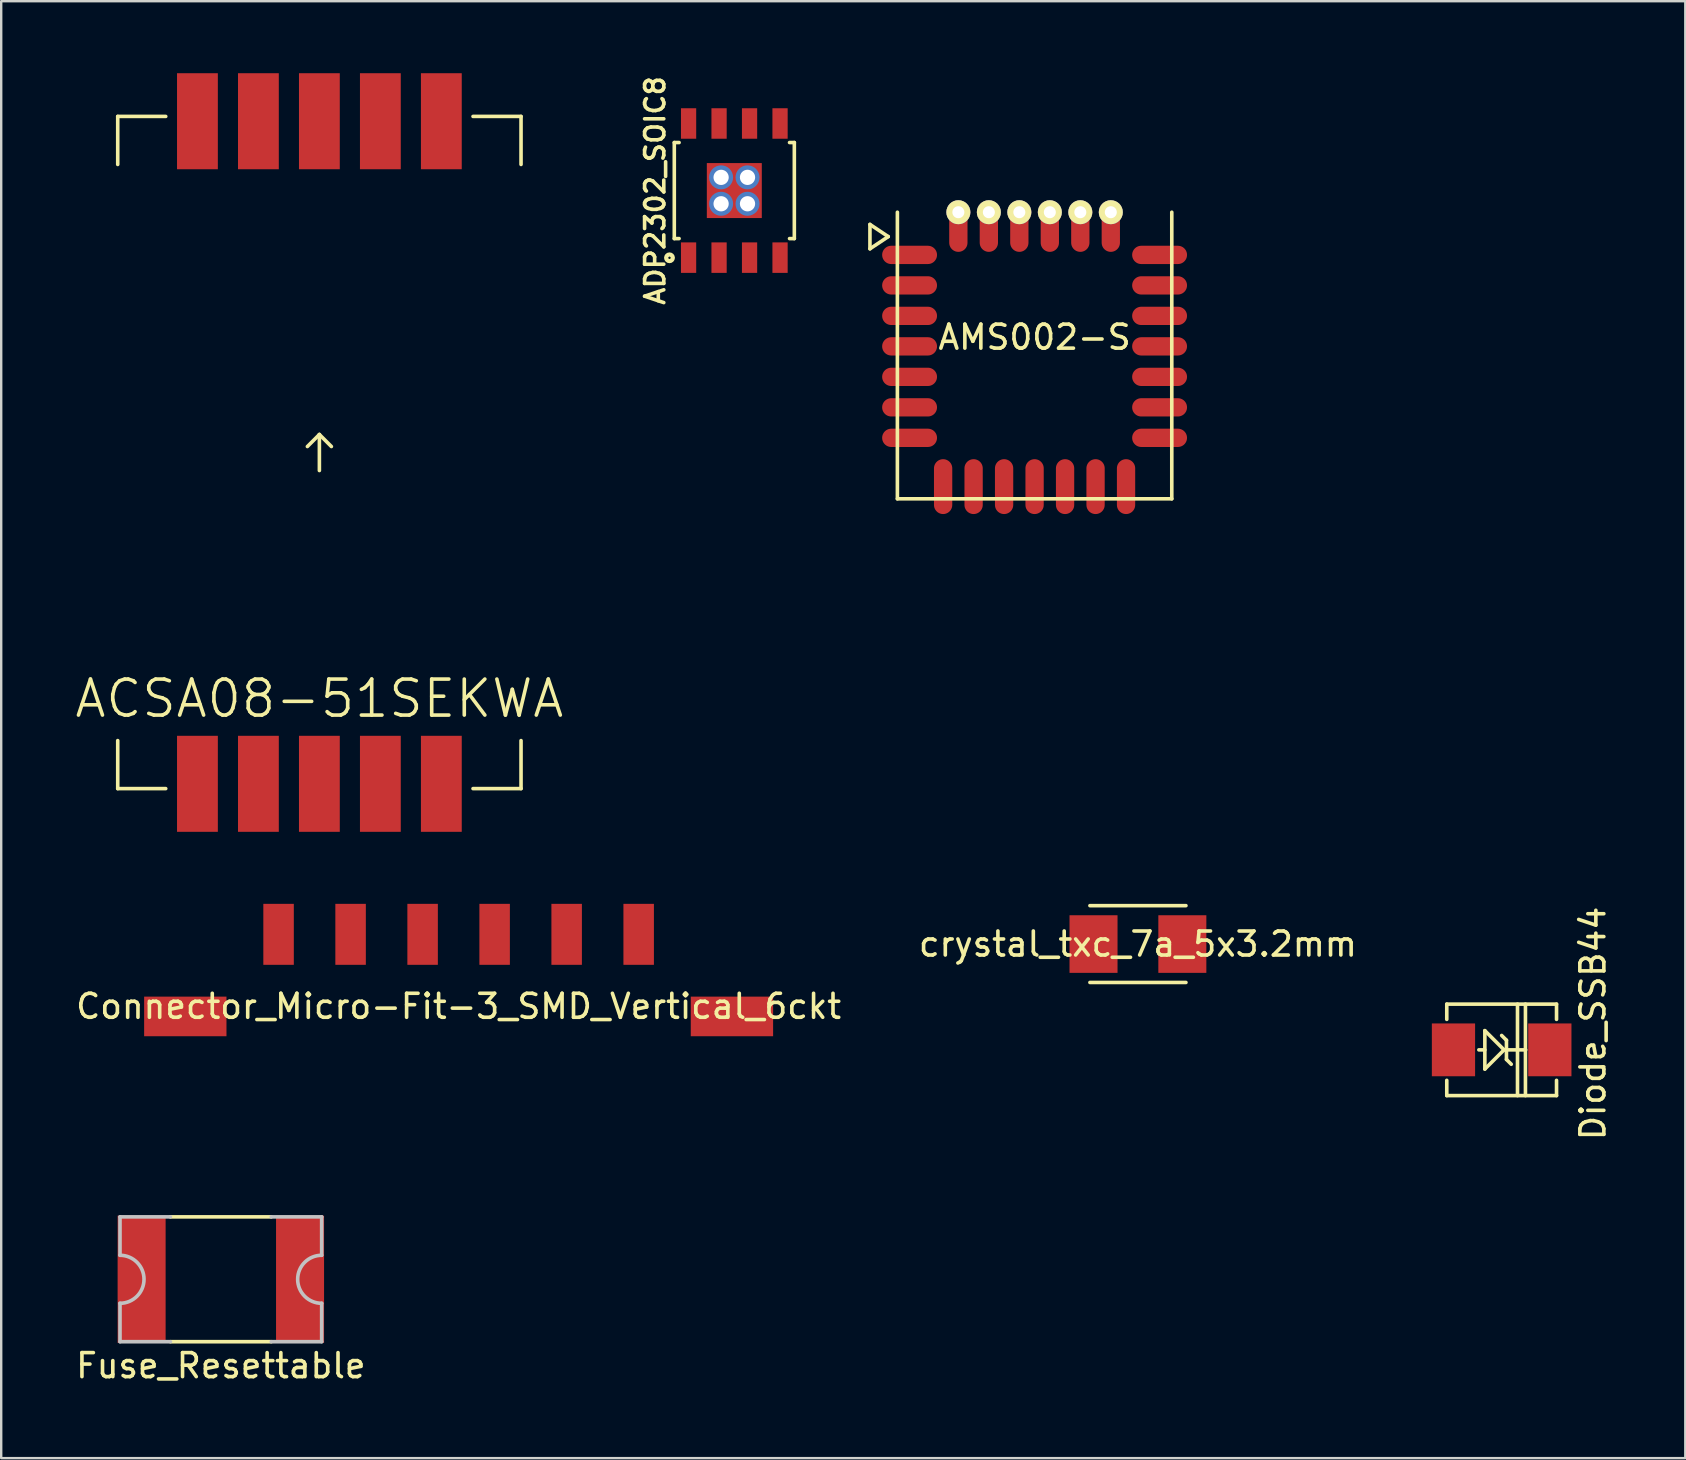
<source format=kicad_pcb>
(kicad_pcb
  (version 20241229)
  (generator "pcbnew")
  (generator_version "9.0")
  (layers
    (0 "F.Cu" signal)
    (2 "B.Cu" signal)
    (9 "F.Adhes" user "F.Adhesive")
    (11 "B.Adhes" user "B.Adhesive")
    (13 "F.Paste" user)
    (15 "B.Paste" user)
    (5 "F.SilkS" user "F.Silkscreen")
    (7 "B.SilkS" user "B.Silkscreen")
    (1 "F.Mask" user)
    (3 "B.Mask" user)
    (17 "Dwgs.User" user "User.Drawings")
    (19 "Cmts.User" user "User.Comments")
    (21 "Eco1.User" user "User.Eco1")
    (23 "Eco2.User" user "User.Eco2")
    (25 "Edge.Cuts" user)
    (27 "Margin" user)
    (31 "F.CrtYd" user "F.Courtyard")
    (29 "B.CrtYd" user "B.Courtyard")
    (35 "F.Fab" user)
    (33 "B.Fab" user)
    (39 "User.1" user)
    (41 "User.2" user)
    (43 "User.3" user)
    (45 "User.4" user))
  (footprint "AMS002-S"
    (layer "F.Cu")
    (at 40.046 11.759)
    (property "Reference" "AMS002-S" (at 0 -0.762 0) (layer "F.SilkS") (effects (font (size 1 1) (thickness 0.15))))
    (attr through_hole)
    (fp_line (start -6.858 -5.461) (end -6.858 -4.445) (stroke (width 0.15) (type solid)) (layer "F.SilkS"))
    (fp_line (start -6.858 -4.445) (end -6.096 -4.953) (stroke (width 0.15) (type solid)) (layer "F.SilkS"))
    (fp_line (start -6.096 -4.953) (end -6.858 -5.461) (stroke (width 0.15) (type solid)) (layer "F.SilkS"))
    (fp_line (start -5.715 5.969) (end -5.715 -5.969) (stroke (width 0.15) (type solid)) (layer "F.SilkS"))
    (fp_line (start 5.715 -5.969) (end 5.715 5.969) (stroke (width 0.15) (type solid)) (layer "F.SilkS"))
    (fp_line (start 5.715 5.969) (end -5.715 5.969) (stroke (width 0.15) (type solid)) (layer "F.SilkS"))
    (fp_line (start -5.715 -11.684) (end 5.715 -11.684) (stroke (width 0.15) (type solid)) (layer "Eco1.User"))
    (fp_line (start -5.715 -5.969) (end -5.715 -11.684) (stroke (width 0.15) (type solid)) (layer "Eco1.User"))
    (fp_line (start -5.715 -5.969) (end 5.715 -5.969) (stroke (width 0.15) (type solid)) (layer "Eco1.User"))
    (fp_line (start -4.064 -4.318) (end -4.064 4.318) (stroke (width 0.15) (type solid)) (layer "Eco1.User"))
    (fp_line (start -4.064 4.318) (end 4.064 4.318) (stroke (width 0.15) (type solid)) (layer "Eco1.User"))
    (fp_line (start 4.064 -4.318) (end -4.064 -4.318) (stroke (width 0.15) (type solid)) (layer "Eco1.User"))
    (fp_line (start 4.064 4.318) (end 4.064 -4.318) (stroke (width 0.15) (type solid)) (layer "Eco1.User"))
    (fp_line (start 5.715 -11.684) (end 5.715 -5.969) (stroke (width 0.15) (type solid)) (layer "Eco1.User"))
    (fp_text user "ANTENNA" (at 0 -8.89 0) (layer "Eco1.User") (effects (font (size 1.4 1.4) (thickness 0.15))))
    (pad "1" smd oval (at -5.207 -4.191) (size 2.286 0.762) (layers "F.Cu" "F.Mask" "F.Paste"))
    (pad "2" smd oval (at -5.207 -2.921) (size 2.286 0.762) (layers "F.Cu" "F.Mask" "F.Paste"))
    (pad "3" smd oval (at -5.207 -1.651) (size 2.286 0.762) (layers "F.Cu" "F.Mask" "F.Paste"))
    (pad "4" smd oval (at -5.207 -0.381) (size 2.286 0.762) (layers "F.Cu" "F.Mask" "F.Paste"))
    (pad "5" smd oval (at -5.207 0.889) (size 2.286 0.762) (layers "F.Cu" "F.Mask" "F.Paste"))
    (pad "6" smd oval (at -5.207 2.159) (size 2.286 0.762) (layers "F.Cu" "F.Mask" "F.Paste"))
    (pad "7" smd oval (at -5.207 3.429) (size 2.286 0.762) (layers "F.Cu" "F.Mask" "F.Paste"))
    (pad "8" smd oval (at -3.81 5.461) (size 0.762 2.286) (layers "F.Cu" "F.Mask" "F.Paste"))
    (pad "9" smd oval (at -2.54 5.461) (size 0.762 2.286) (layers "F.Cu" "F.Mask" "F.Paste"))
    (pad "10" smd oval (at -1.27 5.461) (size 0.762 2.286) (layers "F.Cu" "F.Mask" "F.Paste"))
    (pad "11" smd oval (at 0 5.461) (size 0.762 2.286) (layers "F.Cu" "F.Mask" "F.Paste"))
    (pad "12" smd oval (at 1.27 5.461) (size 0.762 2.286) (layers "F.Cu" "F.Mask" "F.Paste"))
    (pad "13" smd oval (at 2.54 5.461) (size 0.762 2.286) (layers "F.Cu" "F.Mask" "F.Paste"))
    (pad "14" smd oval (at 3.81 5.461) (size 0.762 2.286) (layers "F.Cu" "F.Mask" "F.Paste"))
    (pad "15" smd oval (at 5.207 3.429) (size 2.286 0.762) (layers "F.Cu" "F.Mask" "F.Paste"))
    (pad "16" smd oval (at 5.207 2.159) (size 2.286 0.762) (layers "F.Cu" "F.Mask" "F.Paste"))
    (pad "17" smd oval (at 5.207 0.889) (size 2.286 0.762) (layers "F.Cu" "F.Mask" "F.Paste"))
    (pad "18" smd oval (at 5.207 -0.381) (size 2.286 0.762) (layers "F.Cu" "F.Mask" "F.Paste"))
    (pad "19" smd oval (at 5.207 -1.651) (size 2.286 0.762) (layers "F.Cu" "F.Mask" "F.Paste"))
    (pad "20" smd oval (at 5.207 -2.921) (size 2.286 0.762) (layers "F.Cu" "F.Mask" "F.Paste"))
    (pad "21" smd oval (at 5.207 -4.191) (size 2.286 0.762) (layers "F.Cu" "F.Mask" "F.Paste"))
    (pad "22" thru_hole circle (at 3.175 -5.969) (size 1 1) (drill 0.5) (layers "*.Cu" "*.Mask" "F.SilkS"))
    (pad "22" smd oval (at 3.175 -5.334) (size 0.762 2.032) (layers "F.Cu" "F.Mask" "F.Paste"))
    (pad "23" thru_hole circle (at 1.905 -5.969) (size 1 1) (drill 0.5) (layers "*.Cu" "*.Mask" "F.SilkS"))
    (pad "23" smd oval (at 1.905 -5.334) (size 0.762 2.032) (layers "F.Cu" "F.Mask" "F.Paste"))
    (pad "24" thru_hole circle (at 0.635 -5.969) (size 1 1) (drill 0.5) (layers "*.Cu" "*.Mask" "F.SilkS"))
    (pad "24" smd oval (at 0.635 -5.334) (size 0.762 2.032) (layers "F.Cu" "F.Mask" "F.Paste"))
    (pad "25" thru_hole circle (at -0.635 -5.969) (size 1 1) (drill 0.5) (layers "*.Cu" "*.Mask" "F.SilkS"))
    (pad "25" smd oval (at -0.635 -5.334) (size 0.762 2.032) (layers "F.Cu" "F.Mask" "F.Paste"))
    (pad "26" thru_hole circle (at -1.905 -5.969) (size 1 1) (drill 0.5) (layers "*.Cu" "*.Mask" "F.SilkS"))
    (pad "26" smd oval (at -1.905 -5.334) (size 0.762 2.032) (layers "F.Cu" "F.Mask" "F.Paste"))
    (pad "27" thru_hole circle (at -3.175 -5.969) (size 1 1) (drill 0.5) (layers "*.Cu" "*.Mask" "F.SilkS"))
    (pad "27" smd oval (at -3.175 -5.334) (size 0.762 2.032) (layers "F.Cu" "F.Mask" "F.Paste")))
  (footprint "Connector_Micro-Fit-3_SMD_Vertical_6ckt"
    (layer "F.Cu")
    (at 16.054 35.87)
    (property "Reference" "Connector_Micro-Fit-3_SMD_Vertical_6ckt" (at 0 3 0) (layer "F.SilkS") (effects (font (size 1 1) (thickness 0.15))))
    (attr through_hole)
    (pad "1" smd rect (at 7.5 0) (size 1.27 2.54) (layers "F.Cu" "F.Mask" "F.Paste"))
    (pad "2" smd rect (at 4.5 0) (size 1.27 2.54) (layers "F.Cu" "F.Mask" "F.Paste"))
    (pad "3" smd rect (at 1.5 0) (size 1.27 2.54) (layers "F.Cu" "F.Mask" "F.Paste"))
    (pad "4" smd rect (at -1.5 0) (size 1.27 2.54) (layers "F.Cu" "F.Mask" "F.Paste"))
    (pad "5" smd rect (at -4.5 0) (size 1.27 2.54) (layers "F.Cu" "F.Mask" "F.Paste"))
    (pad "6" smd rect (at -7.5 0) (size 1.27 2.54) (layers "F.Cu" "F.Mask" "F.Paste"))
    (pad "~" smd rect (at -11.385 3.42) (size 3.43 1.65) (layers "F.Cu" "F.Mask" "F.Paste"))
    (pad "~" smd rect (at 11.385 3.42) (size 3.43 1.65) (layers "F.Cu" "F.Mask" "F.Paste")))
  (footprint "Fuse_Resettable"
    (layer "F.Cu")
    (at 6.149 50.239)
    (property "Reference" "Fuse_Resettable" (at 0 3.6 0) (layer "F.SilkS") (effects (font (size 1 1) (thickness 0.15))))
    (attr through_hole)
    (fp_line (start -2.1 -2.6) (end 2.1 -2.6) (stroke (width 0.15) (type solid)) (layer "F.SilkS"))
    (fp_line (start -2.1 2.6) (end 2.1 2.6) (stroke (width 0.15) (type solid)) (layer "F.SilkS"))
    (fp_line (start -4.2 -2.6) (end -2.1 -2.6) (stroke (width 0.15) (type solid)) (layer "Dwgs.User"))
    (fp_line (start -4.2 -1) (end -4.2 -2.6) (stroke (width 0.15) (type solid)) (layer "Dwgs.User"))
    (fp_line (start -4.2 1) (end -4.2 2.6) (stroke (width 0.15) (type solid)) (layer "Dwgs.User"))
    (fp_line (start -4.2 2.6) (end -2.1 2.6) (stroke (width 0.15) (type solid)) (layer "Dwgs.User"))
    (fp_line (start 2.1 -2.6) (end 4.2 -2.6) (stroke (width 0.15) (type solid)) (layer "Dwgs.User"))
    (fp_line (start 4.2 -2.6) (end 4.2 -1) (stroke (width 0.15) (type solid)) (layer "Dwgs.User"))
    (fp_line (start 4.2 1) (end 4.2 2.6) (stroke (width 0.15) (type solid)) (layer "Dwgs.User"))
    (fp_line (start 4.2 2.6) (end 2.1 2.6) (stroke (width 0.15) (type solid)) (layer "Dwgs.User"))
    (fp_arc (start -4.2 -1) (mid -3.2 0) (end -4.2 1) (stroke (width 0.15) (type solid)) (layer "Dwgs.User"))
    (fp_arc (start 4.2 1) (mid 3.2 0) (end 4.2 -1) (stroke (width 0.15) (type solid)) (layer "Dwgs.User"))
    (pad "1" smd rect (at -3.3 0) (size 2 5.3) (layers "F.Cu" "F.Mask" "F.Paste"))
    (pad "2" smd rect (at 3.3 0) (size 2 5.3) (layers "F.Cu" "F.Mask" "F.Paste")))
  (footprint "Diode_SSB44"
    (layer "F.Cu")
    (at 59.502 40.682)
    (property "Reference" "Diode_SSB44" (at 3.802 -1.1 90) (layer "F.SilkS") (effects (font (size 1 1) (thickness 0.15))))
    (attr smd)
    (fp_line (start -2.286 -1.905) (end 2.286 -1.905) (stroke (width 0.15) (type solid)) (layer "F.SilkS"))
    (fp_line (start -2.286 -1.27) (end -2.286 -1.905) (stroke (width 0.15) (type solid)) (layer "F.SilkS"))
    (fp_line (start -2.286 1.27) (end -2.286 1.905) (stroke (width 0.15) (type solid)) (layer "F.SilkS"))
    (fp_line (start -2.286 1.905) (end 2.286 1.905) (stroke (width 0.15) (type solid)) (layer "F.SilkS"))
    (fp_line (start -0.95 0) (end -0.7 0) (stroke (width 0.15) (type solid)) (layer "F.SilkS"))
    (fp_line (start -0.7 -0.8) (end 0.1 0) (stroke (width 0.15) (type solid)) (layer "F.SilkS"))
    (fp_line (start -0.7 0.8) (end -0.7 -0.8) (stroke (width 0.15) (type solid)) (layer "F.SilkS"))
    (fp_line (start 0.1 0) (end -0.7 0.8) (stroke (width 0.15) (type solid)) (layer "F.SilkS"))
    (fp_line (start 0.2 -0.4) (end 0 -0.6) (stroke (width 0.15) (type solid)) (layer "F.SilkS"))
    (fp_line (start 0.2 0) (end 1 0) (stroke (width 0.15) (type solid)) (layer "F.SilkS"))
    (fp_line (start 0.2 0.4) (end 0.2 -0.4) (stroke (width 0.15) (type solid)) (layer "F.SilkS"))
    (fp_line (start 0.2 0.4) (end 0.4 0.6) (stroke (width 0.15) (type solid)) (layer "F.SilkS"))
    (fp_line (start 0.66 1.905) (end 0.66 -1.905) (stroke (width 0.15) (type solid)) (layer "F.SilkS"))
    (fp_line (start 0.991 1.905) (end 0.991 -1.905) (stroke (width 0.15) (type solid)) (layer "F.SilkS"))
    (fp_line (start 2.286 -1.905) (end 2.286 -1.27) (stroke (width 0.15) (type solid)) (layer "F.SilkS"))
    (fp_line (start 2.286 1.905) (end 2.286 1.27) (stroke (width 0.15) (type solid)) (layer "F.SilkS"))
    (pad "1" smd rect (at -2.007 0) (size 1.801 2.2) (layers "F.Cu" "F.Mask" "F.Paste"))
    (pad "2" smd rect (at 2.007 0) (size 1.801 2.2) (layers "F.Cu" "F.Mask" "F.Paste")))
  (footprint "crystal_txc_7a_5x3.2mm"
    (layer "F.Cu")
    (at 44.351 36.275)
    (property "Reference" "crystal_txc_7a_5x3.2mm" (at 0 0 0) (layer "F.SilkS") (effects (font (size 1 1) (thickness 0.15))))
    (attr through_hole)
    (fp_line (start -2 1.6) (end 2 1.6) (stroke (width 0.15) (type solid)) (layer "F.SilkS"))
    (fp_line (start 2 -1.6) (end -2 -1.6) (stroke (width 0.15) (type solid)) (layer "F.SilkS"))
    (fp_line (start -2.5 -1.1) (end -2.5 1.1) (stroke (width 0.15) (type solid)) (layer "Eco1.User"))
    (fp_line (start -2.5 1.1) (end -2 1.6) (stroke (width 0.15) (type solid)) (layer "Eco1.User"))
    (fp_line (start -2 -1.6) (end -2.5 -1.1) (stroke (width 0.15) (type solid)) (layer "Eco1.User"))
    (fp_line (start 2 1.6) (end 2.5 1.1) (stroke (width 0.15) (type solid)) (layer "Eco1.User"))
    (fp_line (start 2.5 -1.1) (end 2 -1.6) (stroke (width 0.15) (type solid)) (layer "Eco1.User"))
    (fp_line (start 2.5 -1.1) (end 2.5 1.1) (stroke (width 0.15) (type solid)) (layer "Eco1.User"))
    (pad "1" smd rect (at -1.85 0) (size 2 2.4) (layers "F.Cu" "F.Mask" "F.Paste"))
    (pad "2" smd rect (at 1.85 0) (size 2 2.4) (layers "F.Cu" "F.Mask" "F.Paste")))
  (footprint "ADP2302_SOIC8"
    (layer "F.Cu")
    (at 27.538 4.888)
    (property "Reference" "ADP2302_SOIC8" (at -3.3 0 90) (layer "F.SilkS") (effects (font (size 0.8 0.8) (thickness 0.15))))
    (attr smd)
    (fp_line (start -2.5 -2) (end -2.3 -2) (stroke (width 0.15) (type solid)) (layer "F.SilkS"))
    (fp_line (start -2.5 2) (end -2.5 -2) (stroke (width 0.15) (type solid)) (layer "F.SilkS"))
    (fp_line (start -2.3 2) (end -2.5 2) (stroke (width 0.15) (type solid)) (layer "F.SilkS"))
    (fp_line (start 2.3 -2) (end 2.5 -2) (stroke (width 0.15) (type solid)) (layer "F.SilkS"))
    (fp_line (start 2.5 -2) (end 2.5 2) (stroke (width 0.15) (type solid)) (layer "F.SilkS"))
    (fp_line (start 2.5 2) (end 2.3 2) (stroke (width 0.15) (type solid)) (layer "F.SilkS"))
    (fp_circle (center -2.7 2.8) (end -2.85 2.8) (stroke (width 0.15) (type solid)) (fill no) (layer "F.SilkS"))
    (fp_circle (center -2.7 2.8) (end -2.75 2.8) (stroke (width 0.15) (type solid)) (fill no) (layer "F.SilkS"))
    (pad "1" smd rect (at -1.905 2.794) (size 0.635 1.27) (layers "F.Cu" "F.Mask"))
    (pad "2" smd rect (at -0.635 2.794) (size 0.635 1.27) (layers "F.Cu" "F.Mask"))
    (pad "3" smd rect (at 0.635 2.794) (size 0.635 1.27) (layers "F.Cu" "F.Mask"))
    (pad "4" smd rect (at 1.905 2.794) (size 0.635 1.27) (layers "F.Cu" "F.Mask"))
    (pad "5" smd rect (at 1.905 -2.794) (size 0.635 1.27) (layers "F.Cu" "F.Mask"))
    (pad "6" smd rect (at 0.635 -2.794) (size 0.635 1.27) (layers "F.Cu" "F.Mask"))
    (pad "7" smd rect (at -0.635 -2.794) (size 0.635 1.27) (layers "F.Cu" "F.Mask"))
    (pad "8" smd rect (at -1.905 -2.794) (size 0.635 1.27) (layers "F.Cu" "F.Mask"))
    (pad "9" thru_hole circle (at -0.55 -0.55) (size 1 1) (drill 0.635) (layers "*.Cu" "*.Mask"))
    (pad "9" thru_hole circle (at -0.55 0.55) (size 1 1) (drill 0.635) (layers "*.Cu" "*.Mask"))
    (pad "9" smd rect (at 0 0 90) (size 2.29 2.29) (layers "F.Cu" "F.Mask"))
    (pad "9" thru_hole circle (at 0.55 -0.55) (size 1 1) (drill 0.635) (layers "*.Cu" "*.Mask"))
    (pad "9" thru_hole circle (at 0.55 0.55) (size 1 1) (drill 0.635) (layers "*.Cu" "*.Mask")))
  (footprint "ACSA08-51SEKWA"
    (layer "F.Cu")
    (at 10.254 15.8)
    (property "Reference" "ACSA08-51SEKWA" (at 0 10.25 0) (layer "F.SilkS") (effects (font (size 1.5 1.5) (thickness 0.15))))
    (attr through_hole)
    (fp_line (start -8.4 -14) (end -8.4 -12) (stroke (width 0.15) (type solid)) (layer "F.SilkS"))
    (fp_line (start -8.4 14) (end -8.4 12) (stroke (width 0.15) (type solid)) (layer "F.SilkS"))
    (fp_line (start -6.4 -14) (end -8.4 -14) (stroke (width 0.15) (type solid)) (layer "F.SilkS"))
    (fp_line (start -6.4 14) (end -8.4 14) (stroke (width 0.15) (type solid)) (layer "F.SilkS"))
    (fp_line (start 0 -0.75) (end -0.5 -0.25) (stroke (width 0.15) (type solid)) (layer "F.SilkS"))
    (fp_line (start 0 -0.75) (end 0.5 -0.25) (stroke (width 0.15) (type solid)) (layer "F.SilkS"))
    (fp_line (start 0 0.75) (end 0 -0.75) (stroke (width 0.15) (type solid)) (layer "F.SilkS"))
    (fp_line (start 6.4 -14) (end 8.4 -14) (stroke (width 0.15) (type solid)) (layer "F.SilkS"))
    (fp_line (start 6.4 14) (end 8.4 14) (stroke (width 0.15) (type solid)) (layer "F.SilkS"))
    (fp_line (start 8.4 -14) (end 8.4 -12) (stroke (width 0.15) (type solid)) (layer "F.SilkS"))
    (fp_line (start 8.4 14) (end 8.4 12) (stroke (width 0.15) (type solid)) (layer "F.SilkS"))
    (fp_line (start -8.4 -14) (end 8.4 -14) (stroke (width 0.15) (type solid)) (layer "Eco1.User"))
    (fp_line (start -8.4 12) (end 8.4 12) (stroke (width 0.15) (type solid)) (layer "Eco1.User"))
    (fp_line (start -8.4 14) (end -8.4 -14) (stroke (width 0.15) (type solid)) (layer "Eco1.User"))
    (fp_line (start 8.4 -14) (end 8.4 14) (stroke (width 0.15) (type solid)) (layer "Eco1.User"))
    (fp_line (start 8.4 -12) (end -8.4 -12) (stroke (width 0.15) (type solid)) (layer "Eco1.User"))
    (fp_line (start 8.4 14) (end -8.4 14) (stroke (width 0.15) (type solid)) (layer "Eco1.User"))
    (pad "1" smd rect (at -5.08 13.8) (size 1.7 4) (layers "F.Cu" "F.Mask" "F.Paste"))
    (pad "2" smd rect (at -2.54 13.8) (size 1.7 4) (layers "F.Cu" "F.Mask" "F.Paste"))
    (pad "3" smd rect (at 0 13.8) (size 1.7 4) (layers "F.Cu" "F.Mask" "F.Paste"))
    (pad "4" smd rect (at 2.54 13.8) (size 1.7 4) (layers "F.Cu" "F.Mask" "F.Paste"))
    (pad "5" smd rect (at 5.08 13.8) (size 1.7 4) (layers "F.Cu" "F.Mask" "F.Paste"))
    (pad "6" smd rect (at 5.08 -13.8) (size 1.7 4) (layers "F.Cu" "F.Mask" "F.Paste"))
    (pad "7" smd rect (at 2.54 -13.8) (size 1.7 4) (layers "F.Cu" "F.Mask" "F.Paste"))
    (pad "8" smd rect (at 0 -13.8) (size 1.7 4) (layers "F.Cu" "F.Mask" "F.Paste"))
    (pad "9" smd rect (at -2.54 -13.8) (size 1.7 4) (layers "F.Cu" "F.Mask" "F.Paste"))
    (pad "10" smd rect (at -5.08 -13.8) (size 1.7 4) (layers "F.Cu" "F.Mask" "F.Paste")))
  (gr_rect
    (start -3 -3)
    (end 67.152 57.688)
    (stroke (width 0.1) (type default))
    (fill no)
    (layer "Edge.Cuts")))
</source>
